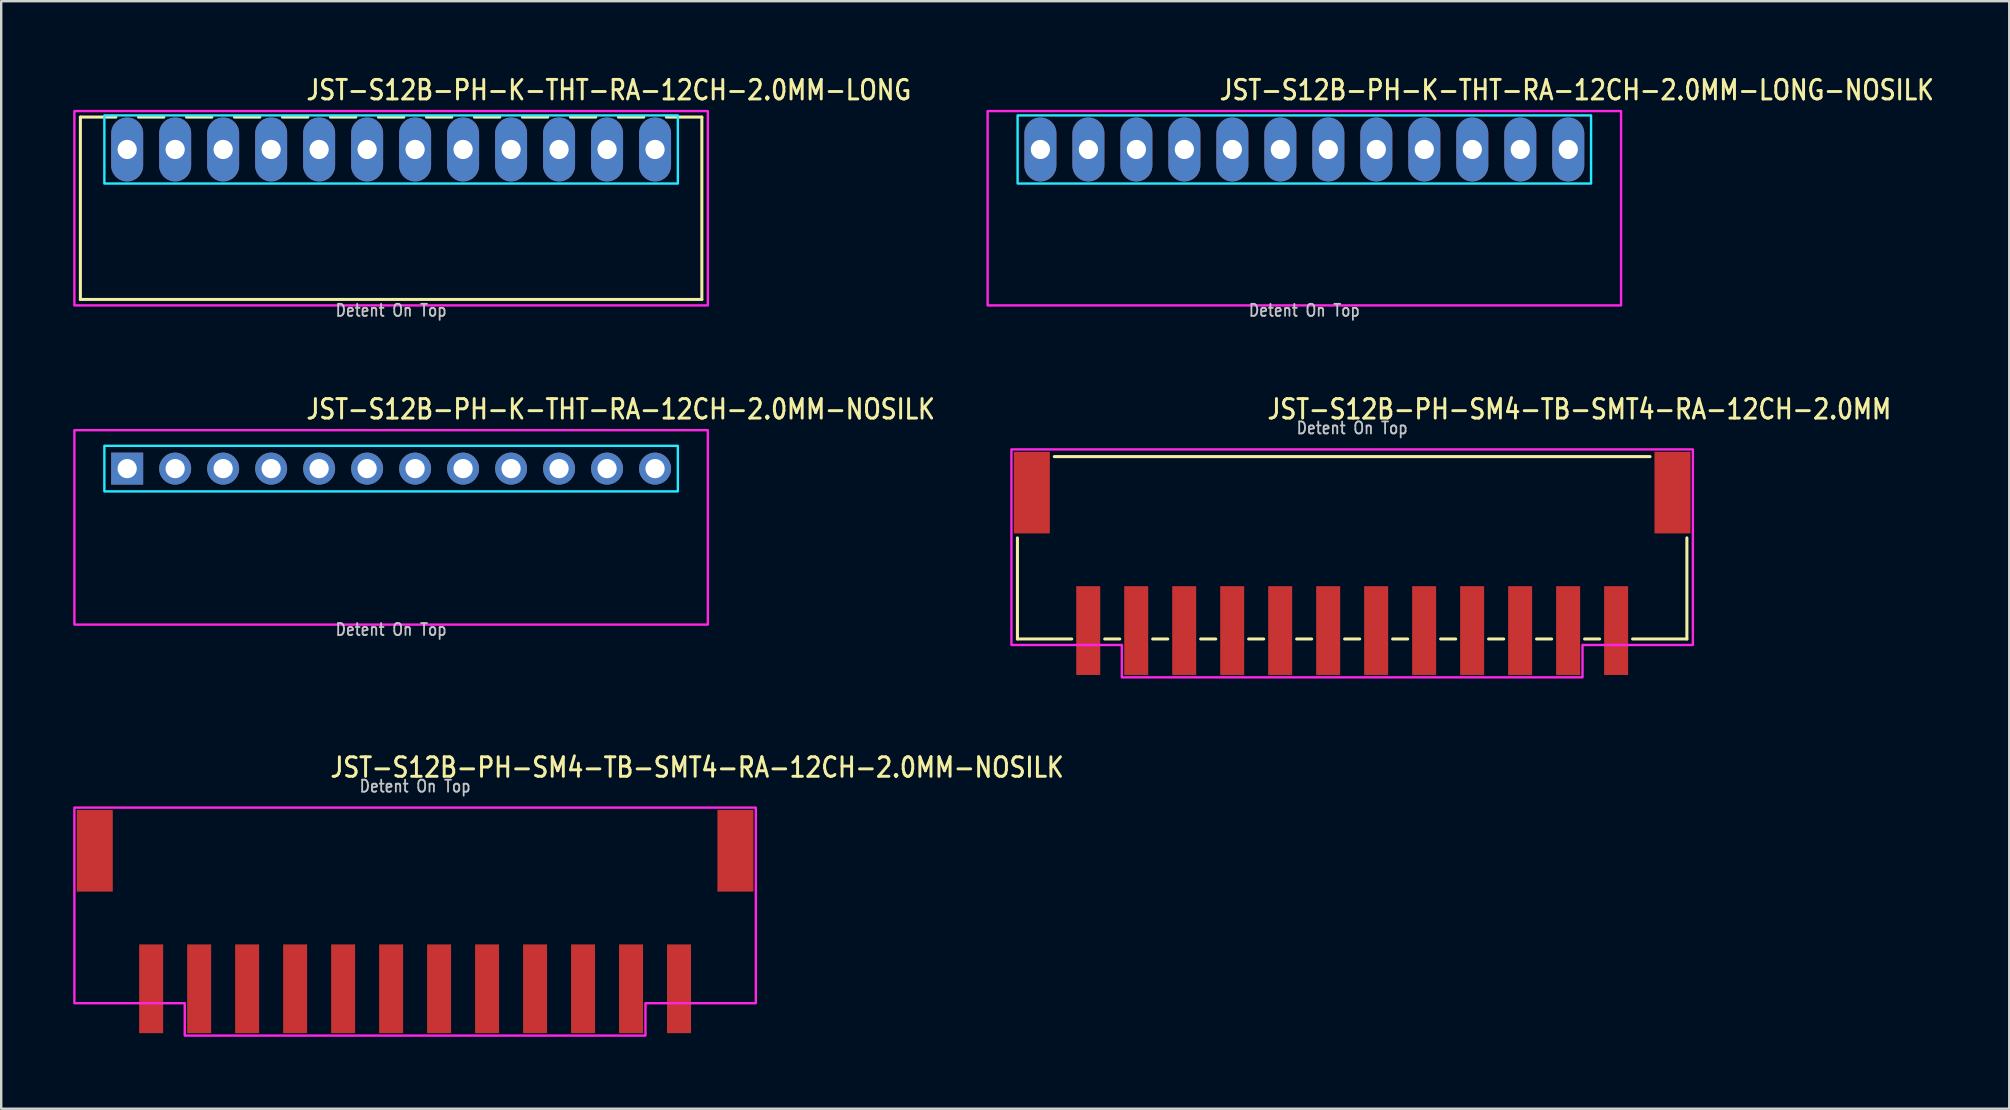
<source format=kicad_pcb>
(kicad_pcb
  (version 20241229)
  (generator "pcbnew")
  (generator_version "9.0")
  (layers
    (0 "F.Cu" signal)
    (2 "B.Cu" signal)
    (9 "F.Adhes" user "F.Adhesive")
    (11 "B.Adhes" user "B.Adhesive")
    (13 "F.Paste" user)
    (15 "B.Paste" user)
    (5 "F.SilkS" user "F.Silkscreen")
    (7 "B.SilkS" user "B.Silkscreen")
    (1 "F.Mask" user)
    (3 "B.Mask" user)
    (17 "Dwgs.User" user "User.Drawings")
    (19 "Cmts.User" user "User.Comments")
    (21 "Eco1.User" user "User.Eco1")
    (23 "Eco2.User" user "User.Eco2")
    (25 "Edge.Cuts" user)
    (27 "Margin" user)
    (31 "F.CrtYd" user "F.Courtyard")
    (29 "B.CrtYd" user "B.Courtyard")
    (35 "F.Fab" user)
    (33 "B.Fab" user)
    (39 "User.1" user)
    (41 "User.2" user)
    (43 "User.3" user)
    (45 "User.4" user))
  (footprint "JST-S12B-PH-K-THT-RA-12CH-2.0MM-LONG-NOSILK"
    (layer "F.Cu")
    (at 51.31 3.179)
    (property "Reference" "JST-S12B-PH-K-THT-RA-12CH-2.0MM-LONG-NOSILK" (at -3.6 -2 0) (unlocked yes) (layer "F.SilkS") (effects (font (size 0.813 0.695) (thickness 0.122)) (justify left bottom)))
    (fp_poly (pts (xy -11.95 -1.42) (xy -11.95 1.42) (xy 11.95 1.42) (xy 11.95 -1.42)) (stroke (width 0.1) (type solid)) (fill no) (layer "B.CrtYd"))
    (fp_poly (pts (xy -13.2 -1.6) (xy -13.2 6.5) (xy 13.2 6.5) (xy 13.2 -1.6)) (stroke (width 0.1) (type solid)) (fill no) (layer "F.CrtYd"))
    (fp_text user "Detent On Top" (at 0 7 0) (unlocked yes) (layer "Dwgs.User") (effects (font (size 0.5 0.427) (thickness 0.075)) (justify bottom)))
    (pad "1" thru_hole oval (at -11 0 90) (size 2.667 1.333) (drill 0.8) (layers "*.Cu" "*.Mask"))
    (pad "2" thru_hole oval (at -9 0 90) (size 2.667 1.333) (drill 0.8) (layers "*.Cu" "*.Mask"))
    (pad "3" thru_hole oval (at -7 0 90) (size 2.667 1.333) (drill 0.8) (layers "*.Cu" "*.Mask"))
    (pad "4" thru_hole oval (at -5 0 90) (size 2.667 1.333) (drill 0.8) (layers "*.Cu" "*.Mask"))
    (pad "5" thru_hole oval (at -3 0 90) (size 2.667 1.333) (drill 0.8) (layers "*.Cu" "*.Mask"))
    (pad "6" thru_hole oval (at -1 0 90) (size 2.667 1.333) (drill 0.8) (layers "*.Cu" "*.Mask"))
    (pad "7" thru_hole oval (at 1 0 90) (size 2.667 1.333) (drill 0.8) (layers "*.Cu" "*.Mask"))
    (pad "8" thru_hole oval (at 3 0 90) (size 2.667 1.333) (drill 0.8) (layers "*.Cu" "*.Mask"))
    (pad "9" thru_hole oval (at 5 0 90) (size 2.667 1.333) (drill 0.8) (layers "*.Cu" "*.Mask"))
    (pad "10" thru_hole oval (at 7 0 90) (size 2.667 1.333) (drill 0.8) (layers "*.Cu" "*.Mask"))
    (pad "11" thru_hole oval (at 9 0 90) (size 2.667 1.333) (drill 0.8) (layers "*.Cu" "*.Mask"))
    (pad "12" thru_hole oval (at 11 0 90) (size 2.667 1.333) (drill 0.8) (layers "*.Cu" "*.Mask")))
  (footprint "JST-S12B-PH-SM4-TB-SMT4-RA-12CH-2.0MM"
    (layer "F.Cu")
    (at 53.303 17.48)
    (property "Reference" "JST-S12B-PH-SM4-TB-SMT4-RA-12CH-2.0MM" (at -3.6 -3 0) (unlocked yes) (layer "F.SilkS") (effects (font (size 0.813 0.695) (thickness 0.122)) (justify left bottom)))
    (fp_line (start -13.95 6.1) (end -13.95 1.887) (stroke (width 0.127) (type solid)) (layer "F.SilkS"))
    (fp_line (start -13.95 6.1) (end -11.687 6.1) (stroke (width 0.127) (type solid)) (layer "F.SilkS"))
    (fp_line (start -12.414 -1.5) (end 12.414 -1.5) (stroke (width 0.127) (type solid)) (layer "F.SilkS"))
    (fp_line (start -10.313 6.1) (end -9.687 6.1) (stroke (width 0.127) (type solid)) (layer "F.SilkS"))
    (fp_line (start -8.313 6.1) (end -7.686 6.1) (stroke (width 0.127) (type solid)) (layer "F.SilkS"))
    (fp_line (start -6.314 6.1) (end -5.686 6.1) (stroke (width 0.127) (type solid)) (layer "F.SilkS"))
    (fp_line (start -4.314 6.1) (end -3.687 6.1) (stroke (width 0.127) (type solid)) (layer "F.SilkS"))
    (fp_line (start -2.313 6.1) (end -1.687 6.1) (stroke (width 0.127) (type solid)) (layer "F.SilkS"))
    (fp_line (start -0.314 6.1) (end 0.314 6.1) (stroke (width 0.127) (type solid)) (layer "F.SilkS"))
    (fp_line (start 1.687 6.1) (end 2.313 6.1) (stroke (width 0.127) (type solid)) (layer "F.SilkS"))
    (fp_line (start 3.687 6.1) (end 4.314 6.1) (stroke (width 0.127) (type solid)) (layer "F.SilkS"))
    (fp_line (start 5.686 6.1) (end 6.314 6.1) (stroke (width 0.127) (type solid)) (layer "F.SilkS"))
    (fp_line (start 7.686 6.1) (end 8.313 6.1) (stroke (width 0.127) (type solid)) (layer "F.SilkS"))
    (fp_line (start 9.687 6.1) (end 10.313 6.1) (stroke (width 0.127) (type solid)) (layer "F.SilkS"))
    (fp_line (start 11.687 6.1) (end 13.95 6.1) (stroke (width 0.127) (type solid)) (layer "F.SilkS"))
    (fp_line (start 13.95 1.887) (end 13.95 6.1) (stroke (width 0.127) (type solid)) (layer "F.SilkS"))
    (fp_poly (pts (xy -14.2 -1.8) (xy -14.2 6.35) (xy -9.6 6.35) (xy -9.6 7.7) (xy 9.6 7.7) (xy 9.6 6.35) (xy 14.2 6.35) (xy 14.2 -1.8)) (stroke (width 0.1) (type solid)) (fill no) (layer "F.CrtYd"))
    (fp_text user "Detent On Top" (at 0 -2.4 0) (unlocked yes) (layer "Dwgs.User") (effects (font (size 0.5 0.427) (thickness 0.075)) (justify bottom)))
    (pad "1" smd rect (at 11 5.75) (size 1 3.7) (layers "F.Cu" "F.Mask" "F.Paste"))
    (pad "2" smd rect (at 9 5.75) (size 1 3.7) (layers "F.Cu" "F.Mask" "F.Paste"))
    (pad "3" smd rect (at 7 5.75) (size 1 3.7) (layers "F.Cu" "F.Mask" "F.Paste"))
    (pad "4" smd rect (at 5 5.75) (size 1 3.7) (layers "F.Cu" "F.Mask" "F.Paste"))
    (pad "5" smd rect (at 3 5.75) (size 1 3.7) (layers "F.Cu" "F.Mask" "F.Paste"))
    (pad "6" smd rect (at 1 5.75) (size 1 3.7) (layers "F.Cu" "F.Mask" "F.Paste"))
    (pad "7" smd rect (at -1 5.75) (size 1 3.7) (layers "F.Cu" "F.Mask" "F.Paste"))
    (pad "8" smd rect (at -3 5.75) (size 1 3.7) (layers "F.Cu" "F.Mask" "F.Paste"))
    (pad "9" smd rect (at -5 5.75) (size 1 3.7) (layers "F.Cu" "F.Mask" "F.Paste"))
    (pad "10" smd rect (at -7 5.75) (size 1 3.7) (layers "F.Cu" "F.Mask" "F.Paste"))
    (pad "11" smd rect (at -9 5.75) (size 1 3.7) (layers "F.Cu" "F.Mask" "F.Paste"))
    (pad "12" smd rect (at -11 5.75) (size 1 3.7) (layers "F.Cu" "F.Mask" "F.Paste"))
    (pad "S_1" smd rect (at -13.35 0) (size 1.5 3.4) (layers "F.Cu" "F.Mask" "F.Paste"))
    (pad "S_2" smd rect (at 13.35 0) (size 1.5 3.4) (layers "F.Cu" "F.Mask" "F.Paste")))
  (footprint "JST-S12B-PH-K-THT-RA-12CH-2.0MM-LONG"
    (layer "F.Cu")
    (at 13.25 3.179)
    (property "Reference" "JST-S12B-PH-K-THT-RA-12CH-2.0MM-LONG" (at -3.6 -2 0) (unlocked yes) (layer "F.SilkS") (effects (font (size 0.813 0.695) (thickness 0.122)) (justify left bottom)))
    (fp_line (start -12.95 -1.35) (end -11.471 -1.35) (stroke (width 0.127) (type solid)) (layer "F.SilkS"))
    (fp_line (start -12.95 6.25) (end -12.95 -1.35) (stroke (width 0.127) (type solid)) (layer "F.SilkS"))
    (fp_line (start -12.95 6.25) (end 12.95 6.25) (stroke (width 0.127) (type solid)) (layer "F.SilkS"))
    (fp_line (start -10.529 -1.35) (end -9.471 -1.35) (stroke (width 0.127) (type solid)) (layer "F.SilkS"))
    (fp_line (start -8.529 -1.35) (end -7.471 -1.35) (stroke (width 0.127) (type solid)) (layer "F.SilkS"))
    (fp_line (start -6.529 -1.35) (end -5.471 -1.35) (stroke (width 0.127) (type solid)) (layer "F.SilkS"))
    (fp_line (start -4.529 -1.35) (end -3.471 -1.35) (stroke (width 0.127) (type solid)) (layer "F.SilkS"))
    (fp_line (start -2.529 -1.35) (end -1.471 -1.35) (stroke (width 0.127) (type solid)) (layer "F.SilkS"))
    (fp_line (start -0.529 -1.35) (end 0.529 -1.35) (stroke (width 0.127) (type solid)) (layer "F.SilkS"))
    (fp_line (start 1.471 -1.35) (end 2.529 -1.35) (stroke (width 0.127) (type solid)) (layer "F.SilkS"))
    (fp_line (start 3.471 -1.35) (end 4.529 -1.35) (stroke (width 0.127) (type solid)) (layer "F.SilkS"))
    (fp_line (start 5.471 -1.35) (end 6.529 -1.35) (stroke (width 0.127) (type solid)) (layer "F.SilkS"))
    (fp_line (start 7.471 -1.35) (end 8.529 -1.35) (stroke (width 0.127) (type solid)) (layer "F.SilkS"))
    (fp_line (start 9.471 -1.35) (end 10.529 -1.35) (stroke (width 0.127) (type solid)) (layer "F.SilkS"))
    (fp_line (start 11.471 -1.35) (end 12.95 -1.35) (stroke (width 0.127) (type solid)) (layer "F.SilkS"))
    (fp_line (start 12.95 -1.35) (end 12.95 6.25) (stroke (width 0.127) (type solid)) (layer "F.SilkS"))
    (fp_poly (pts (xy -11.95 -1.42) (xy -11.95 1.42) (xy 11.95 1.42) (xy 11.95 -1.42)) (stroke (width 0.1) (type solid)) (fill no) (layer "B.CrtYd"))
    (fp_poly (pts (xy -13.2 -1.6) (xy -13.2 6.5) (xy 13.2 6.5) (xy 13.2 -1.6)) (stroke (width 0.1) (type solid)) (fill no) (layer "F.CrtYd"))
    (fp_text user "Detent On Top" (at 0 7 0) (unlocked yes) (layer "Dwgs.User") (effects (font (size 0.5 0.427) (thickness 0.075)) (justify bottom)))
    (pad "P$1" thru_hole oval (at -11 0 90) (size 2.667 1.333) (drill 0.8) (layers "*.Cu" "*.Mask"))
    (pad "P$2" thru_hole oval (at -9 0 90) (size 2.667 1.333) (drill 0.8) (layers "*.Cu" "*.Mask"))
    (pad "P$3" thru_hole oval (at -7 0 90) (size 2.667 1.333) (drill 0.8) (layers "*.Cu" "*.Mask"))
    (pad "P$4" thru_hole oval (at -5 0 90) (size 2.667 1.333) (drill 0.8) (layers "*.Cu" "*.Mask"))
    (pad "P$5" thru_hole oval (at -3 0 90) (size 2.667 1.333) (drill 0.8) (layers "*.Cu" "*.Mask"))
    (pad "P$6" thru_hole oval (at -1 0 90) (size 2.667 1.333) (drill 0.8) (layers "*.Cu" "*.Mask"))
    (pad "P$7" thru_hole oval (at 1 0 90) (size 2.667 1.333) (drill 0.8) (layers "*.Cu" "*.Mask"))
    (pad "P$8" thru_hole oval (at 3 0 90) (size 2.667 1.333) (drill 0.8) (layers "*.Cu" "*.Mask"))
    (pad "P$9" thru_hole oval (at 5 0 90) (size 2.667 1.333) (drill 0.8) (layers "*.Cu" "*.Mask"))
    (pad "P$10" thru_hole oval (at 7 0 90) (size 2.667 1.333) (drill 0.8) (layers "*.Cu" "*.Mask"))
    (pad "P$11" thru_hole oval (at 9 0 90) (size 2.667 1.333) (drill 0.8) (layers "*.Cu" "*.Mask"))
    (pad "P$12" thru_hole oval (at 11 0 90) (size 2.667 1.333) (drill 0.8) (layers "*.Cu" "*.Mask")))
  (footprint "JST-S12B-PH-SM4-TB-SMT4-RA-12CH-2.0MM-NOSILK"
    (layer "F.Cu")
    (at 14.25 32.409)
    (property "Reference" "JST-S12B-PH-SM4-TB-SMT4-RA-12CH-2.0MM-NOSILK" (at -3.6 -3 0) (unlocked yes) (layer "F.SilkS") (effects (font (size 0.813 0.695) (thickness 0.122)) (justify left bottom)))
    (fp_poly (pts (xy -14.2 -1.8) (xy -14.2 6.35) (xy -9.6 6.35) (xy -9.6 7.7) (xy 9.6 7.7) (xy 9.6 6.35) (xy 14.2 6.35) (xy 14.2 -1.8)) (stroke (width 0.1) (type solid)) (fill no) (layer "F.CrtYd"))
    (fp_text user "Detent On Top" (at 0 -2.4 0) (unlocked yes) (layer "Dwgs.User") (effects (font (size 0.5 0.427) (thickness 0.075)) (justify bottom)))
    (pad "1" smd rect (at 11 5.75) (size 1 3.7) (layers "F.Cu" "F.Mask" "F.Paste"))
    (pad "2" smd rect (at 9 5.75) (size 1 3.7) (layers "F.Cu" "F.Mask" "F.Paste"))
    (pad "3" smd rect (at 7 5.75) (size 1 3.7) (layers "F.Cu" "F.Mask" "F.Paste"))
    (pad "4" smd rect (at 5 5.75) (size 1 3.7) (layers "F.Cu" "F.Mask" "F.Paste"))
    (pad "5" smd rect (at 3 5.75) (size 1 3.7) (layers "F.Cu" "F.Mask" "F.Paste"))
    (pad "6" smd rect (at 1 5.75) (size 1 3.7) (layers "F.Cu" "F.Mask" "F.Paste"))
    (pad "7" smd rect (at -1 5.75) (size 1 3.7) (layers "F.Cu" "F.Mask" "F.Paste"))
    (pad "8" smd rect (at -3 5.75) (size 1 3.7) (layers "F.Cu" "F.Mask" "F.Paste"))
    (pad "9" smd rect (at -5 5.75) (size 1 3.7) (layers "F.Cu" "F.Mask" "F.Paste"))
    (pad "10" smd rect (at -7 5.75) (size 1 3.7) (layers "F.Cu" "F.Mask" "F.Paste"))
    (pad "11" smd rect (at -9 5.75) (size 1 3.7) (layers "F.Cu" "F.Mask" "F.Paste"))
    (pad "12" smd rect (at -11 5.75) (size 1 3.7) (layers "F.Cu" "F.Mask" "F.Paste"))
    (pad "S_1" smd rect (at -13.35 0) (size 1.5 3.4) (layers "F.Cu" "F.Mask" "F.Paste"))
    (pad "S_2" smd rect (at 13.35 0) (size 1.5 3.4) (layers "F.Cu" "F.Mask" "F.Paste")))
  (footprint "JST-S12B-PH-K-THT-RA-12CH-2.0MM-NOSILK"
    (layer "F.Cu")
    (at 13.25 16.48)
    (property "Reference" "JST-S12B-PH-K-THT-RA-12CH-2.0MM-NOSILK" (at -3.6 -2 0) (unlocked yes) (layer "F.SilkS") (effects (font (size 0.813 0.695) (thickness 0.122)) (justify left bottom)))
    (fp_poly (pts (xy -11.95 -0.95) (xy -11.95 0.95) (xy 11.95 0.95) (xy 11.95 -0.95)) (stroke (width 0.1) (type solid)) (fill no) (layer "B.CrtYd"))
    (fp_poly (pts (xy -13.2 -1.6) (xy -13.2 6.5) (xy 13.2 6.5) (xy 13.2 -1.6)) (stroke (width 0.1) (type solid)) (fill no) (layer "F.CrtYd"))
    (fp_text user "Detent On Top" (at 0 7 0) (unlocked yes) (layer "Dwgs.User") (effects (font (size 0.5 0.427) (thickness 0.075)) (justify bottom)))
    (pad "1" thru_hole rect (at -11 0) (size 1.333 1.333) (drill 0.8) (layers "*.Cu" "*.Mask"))
    (pad "2" thru_hole oval (at -9 0) (size 1.333 1.333) (drill 0.8) (layers "*.Cu" "*.Mask"))
    (pad "3" thru_hole oval (at -7 0) (size 1.333 1.333) (drill 0.8) (layers "*.Cu" "*.Mask"))
    (pad "4" thru_hole oval (at -5 0) (size 1.333 1.333) (drill 0.8) (layers "*.Cu" "*.Mask"))
    (pad "5" thru_hole oval (at -3 0) (size 1.333 1.333) (drill 0.8) (layers "*.Cu" "*.Mask"))
    (pad "6" thru_hole oval (at -1 0) (size 1.333 1.333) (drill 0.8) (layers "*.Cu" "*.Mask"))
    (pad "7" thru_hole oval (at 1 0) (size 1.333 1.333) (drill 0.8) (layers "*.Cu" "*.Mask"))
    (pad "8" thru_hole oval (at 3 0) (size 1.333 1.333) (drill 0.8) (layers "*.Cu" "*.Mask"))
    (pad "9" thru_hole oval (at 5 0) (size 1.333 1.333) (drill 0.8) (layers "*.Cu" "*.Mask"))
    (pad "10" thru_hole oval (at 7 0) (size 1.333 1.333) (drill 0.8) (layers "*.Cu" "*.Mask"))
    (pad "11" thru_hole oval (at 9 0) (size 1.333 1.333) (drill 0.8) (layers "*.Cu" "*.Mask"))
    (pad "12" thru_hole oval (at 11 0) (size 1.333 1.333) (drill 0.8) (layers "*.Cu" "*.Mask")))
  (gr_rect
    (start -3 -3)
    (end 80.687 43.159)
    (stroke (width 0.1) (type default))
    (fill no)
    (layer "Edge.Cuts")))
</source>
